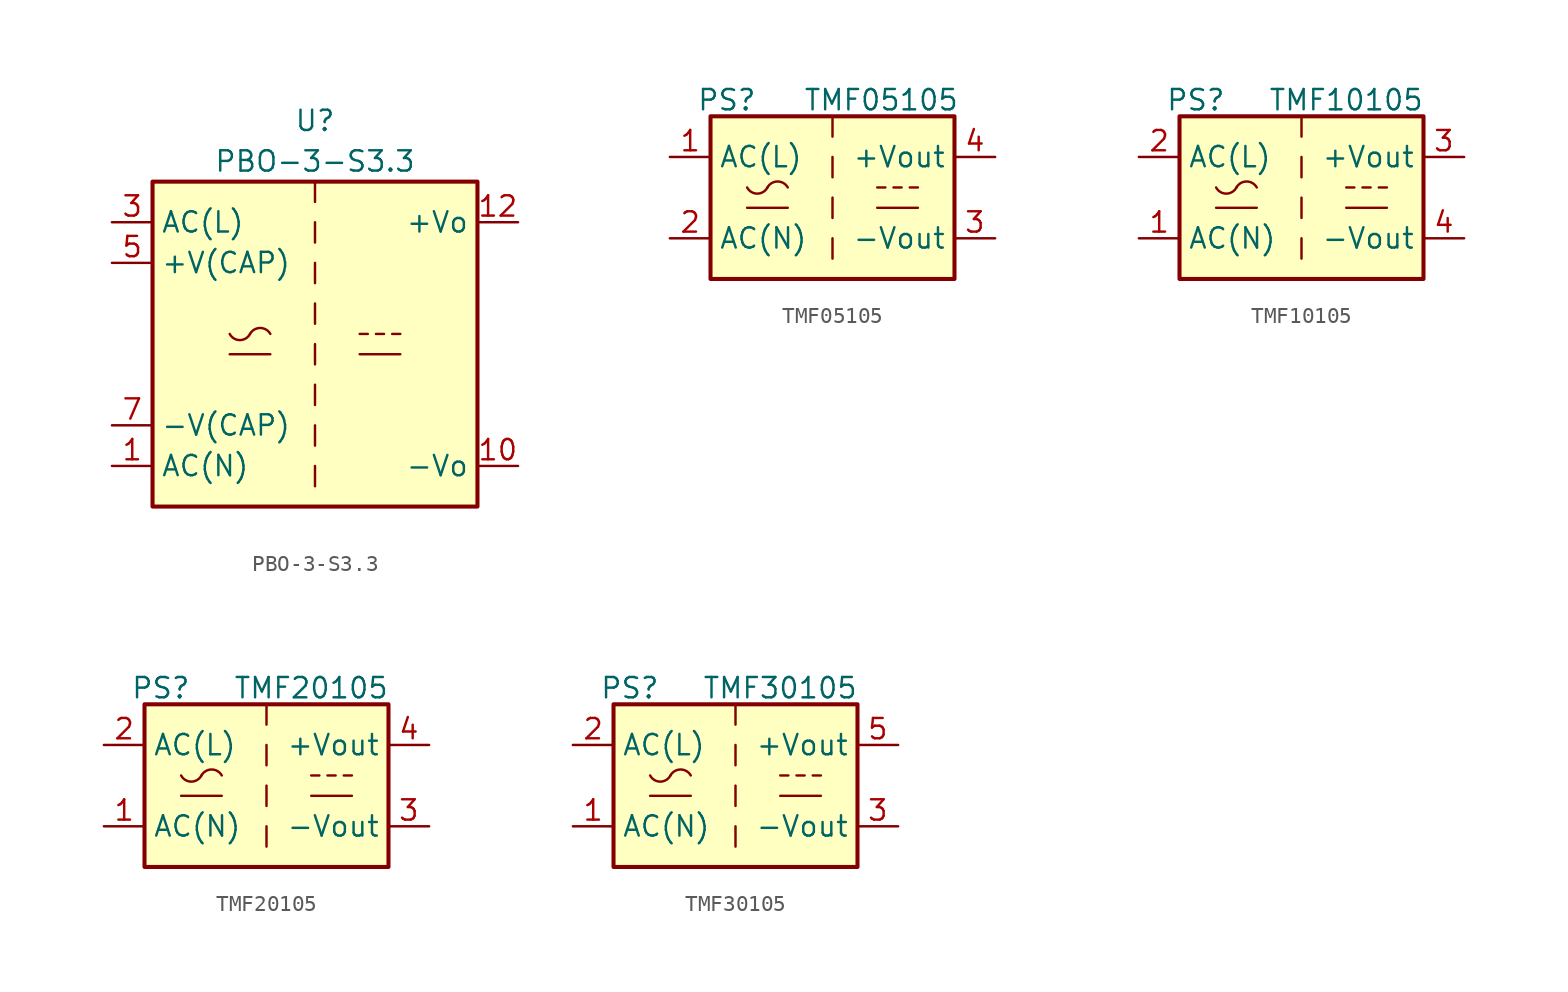
<source format=kicad_sym>
(kicad_symbol_lib
  (version 20241209)
  (generator "kicad_symbol_editor")
  (generator_version "9.0")
  (symbol "PBO-3-S3.3"
    (property "Reference" "U"
      (at 0 13.97 0)
      (effects (font (size 1.27 1.27))))
    (property "Value" "PBO-3-S3.3"
      (at 0 11.43 0)
      (effects (font (size 1.27 1.27))))
    (symbol "PBO-3-S3.3_1_1"
      (rectangle (start -10.16 10.16) (end 10.16 -10.16) (stroke (width 0.254) (type default)) (fill (type background)))
      (polyline (pts (xy -5.334 -0.635) (xy -2.794 -0.635)) (stroke (width 0) (type default)) (fill (type none)))
      (arc (start -4.064 0.635) (mid -4.699 0.2495) (end -5.334 0.635) (stroke (width 0) (type default)) (fill (type none)))
      (arc (start -4.064 0.635) (mid -3.429 1.0072) (end -2.794 0.635) (stroke (width 0) (type default)) (fill (type none)))
      (polyline (pts (xy 0 10.16) (xy 0 8.89)) (stroke (width 0) (type default)) (fill (type none)))
      (polyline (pts (xy 0 7.62) (xy 0 6.35)) (stroke (width 0) (type default)) (fill (type none)))
      (polyline (pts (xy 0 5.08) (xy 0 3.81)) (stroke (width 0) (type default)) (fill (type none)))
      (polyline (pts (xy 0 2.54) (xy 0 1.27)) (stroke (width 0) (type default)) (fill (type none)))
      (polyline (pts (xy 0 0) (xy 0 -1.27)) (stroke (width 0) (type default)) (fill (type none)))
      (polyline (pts (xy 0 -2.54) (xy 0 -3.81)) (stroke (width 0) (type default)) (fill (type none)))
      (polyline (pts (xy 0 -5.08) (xy 0 -6.35)) (stroke (width 0) (type default)) (fill (type none)))
      (polyline (pts (xy 0 -7.62) (xy 0 -8.89)) (stroke (width 0) (type default)) (fill (type none)))
      (polyline (pts (xy 2.794 0.635) (xy 3.302 0.635)) (stroke (width 0) (type default)) (fill (type none)))
      (polyline (pts (xy 2.794 -0.635) (xy 5.334 -0.635)) (stroke (width 0) (type default)) (fill (type none)))
      (polyline (pts (xy 3.81 0.635) (xy 4.318 0.635)) (stroke (width 0) (type default)) (fill (type none)))
      (polyline (pts (xy 4.826 0.635) (xy 5.334 0.635)) (stroke (width 0) (type default)) (fill (type none)))
      (pin power_in line (at -12.7 7.62 0) (length 2.54) (name "AC(L)" (effects (font (size 1.27 1.27)))) (number "3" (effects (font (size 1.27 1.27)))))
      (pin passive line (at -12.7 5.08 0) (length 2.54) (name "+V(CAP)" (effects (font (size 1.27 1.27)))) (number "5" (effects (font (size 1.27 1.27)))))
      (pin passive line (at -12.7 -5.08 0) (length 2.54) (name "-V(CAP)" (effects (font (size 1.27 1.27)))) (number "7" (effects (font (size 1.27 1.27)))))
      (pin power_in line (at -12.7 -7.62 0) (length 2.54) (name "AC(N)" (effects (font (size 1.27 1.27)))) (number "1" (effects (font (size 1.27 1.27)))))
      (pin power_out line (at 12.7 7.62 180) (length 2.54) (name "+Vo" (effects (font (size 1.27 1.27)))) (number "12" (effects (font (size 1.27 1.27)))))
      (pin power_out line (at 12.7 -7.62 180) (length 2.54) (name "-Vo" (effects (font (size 1.27 1.27)))) (number "10" (effects (font (size 1.27 1.27)))))))
  (symbol "TMF05105"
    (property "Reference" "PS"
      (at -6.604 6.096 0)
      (effects (font (size 1.27 1.27))))
    (property "Value" "TMF05105"
      (at 3.048 6.096 0)
      (effects (font (size 1.27 1.27))))
    (symbol "TMF05105_1_1"
      (rectangle (start -7.62 5.08) (end 7.62 -5.08) (stroke (width 0.254) (type default)) (fill (type background)))
      (polyline (pts (xy -5.334 -0.635) (xy -2.794 -0.635)) (stroke (width 0) (type default)) (fill (type none)))
      (arc (start -4.064 0.635) (mid -4.699 0.2495) (end -5.334 0.635) (stroke (width 0) (type default)) (fill (type none)))
      (arc (start -4.064 0.635) (mid -3.429 1.0072) (end -2.794 0.635) (stroke (width 0) (type default)) (fill (type none)))
      (polyline (pts (xy 0 5.08) (xy 0 3.81)) (stroke (width 0) (type default)) (fill (type none)))
      (polyline (pts (xy 0 2.54) (xy 0 1.27)) (stroke (width 0) (type default)) (fill (type none)))
      (polyline (pts (xy 0 0) (xy 0 -1.27)) (stroke (width 0) (type default)) (fill (type none)))
      (polyline (pts (xy 0 -2.54) (xy 0 -3.81)) (stroke (width 0) (type default)) (fill (type none)))
      (polyline (pts (xy 2.794 0.635) (xy 3.302 0.635)) (stroke (width 0) (type default)) (fill (type none)))
      (polyline (pts (xy 2.794 -0.635) (xy 5.334 -0.635)) (stroke (width 0) (type default)) (fill (type none)))
      (polyline (pts (xy 3.81 0.635) (xy 4.318 0.635)) (stroke (width 0) (type default)) (fill (type none)))
      (polyline (pts (xy 4.826 0.635) (xy 5.334 0.635)) (stroke (width 0) (type default)) (fill (type none)))
      (pin power_in line (at -10.16 2.54 0) (length 2.54) (name "AC(L)" (effects (font (size 1.27 1.27)))) (number "1" (effects (font (size 1.27 1.27)))))
      (pin power_in line (at -10.16 -2.54 0) (length 2.54) (name "AC(N)" (effects (font (size 1.27 1.27)))) (number "2" (effects (font (size 1.27 1.27)))))
      (pin power_out line (at 10.16 2.54 180) (length 2.54) (name "+Vout" (effects (font (size 1.27 1.27)))) (number "4" (effects (font (size 1.27 1.27)))))
      (pin power_out line (at 10.16 -2.54 180) (length 2.54) (name "-Vout" (effects (font (size 1.27 1.27)))) (number "3" (effects (font (size 1.27 1.27)))))))
  (symbol "TMF10105"
    (property "Reference" "PS"
      (at -6.604 6.096 0)
      (effects (font (size 1.27 1.27))))
    (property "Value" "TMF10105"
      (at 2.794 6.096 0)
      (effects (font (size 1.27 1.27))))
    (symbol "TMF10105_1_1"
      (rectangle (start -7.62 5.08) (end 7.62 -5.08) (stroke (width 0.254) (type default)) (fill (type background)))
      (polyline (pts (xy -5.334 -0.635) (xy -2.794 -0.635)) (stroke (width 0) (type default)) (fill (type none)))
      (arc (start -4.064 0.635) (mid -4.699 0.2495) (end -5.334 0.635) (stroke (width 0) (type default)) (fill (type none)))
      (arc (start -4.064 0.635) (mid -3.429 1.0072) (end -2.794 0.635) (stroke (width 0) (type default)) (fill (type none)))
      (polyline (pts (xy 0 5.08) (xy 0 3.81)) (stroke (width 0) (type default)) (fill (type none)))
      (polyline (pts (xy 0 2.54) (xy 0 1.27)) (stroke (width 0) (type default)) (fill (type none)))
      (polyline (pts (xy 0 0) (xy 0 -1.27)) (stroke (width 0) (type default)) (fill (type none)))
      (polyline (pts (xy 0 -2.54) (xy 0 -3.81)) (stroke (width 0) (type default)) (fill (type none)))
      (polyline (pts (xy 2.794 0.635) (xy 3.302 0.635)) (stroke (width 0) (type default)) (fill (type none)))
      (polyline (pts (xy 2.794 -0.635) (xy 5.334 -0.635)) (stroke (width 0) (type default)) (fill (type none)))
      (polyline (pts (xy 3.81 0.635) (xy 4.318 0.635)) (stroke (width 0) (type default)) (fill (type none)))
      (polyline (pts (xy 4.826 0.635) (xy 5.334 0.635)) (stroke (width 0) (type default)) (fill (type none)))
      (pin power_in line (at -10.16 2.54 0) (length 2.54) (name "AC(L)" (effects (font (size 1.27 1.27)))) (number "2" (effects (font (size 1.27 1.27)))))
      (pin power_in line (at -10.16 -2.54 0) (length 2.54) (name "AC(N)" (effects (font (size 1.27 1.27)))) (number "1" (effects (font (size 1.27 1.27)))))
      (pin power_out line (at 10.16 2.54 180) (length 2.54) (name "+Vout" (effects (font (size 1.27 1.27)))) (number "3" (effects (font (size 1.27 1.27)))))
      (pin power_out line (at 10.16 -2.54 180) (length 2.54) (name "-Vout" (effects (font (size 1.27 1.27)))) (number "4" (effects (font (size 1.27 1.27)))))))
  (symbol "TMF20105"
    (property "Reference" "PS"
      (at -6.604 6.096 0)
      (effects (font (size 1.27 1.27))))
    (property "Value" "TMF20105"
      (at 2.794 6.096 0)
      (effects (font (size 1.27 1.27))))
    (symbol "TMF20105_1_1"
      (rectangle (start -7.62 5.08) (end 7.62 -5.08) (stroke (width 0.254) (type default)) (fill (type background)))
      (polyline (pts (xy -5.334 -0.635) (xy -2.794 -0.635)) (stroke (width 0) (type default)) (fill (type none)))
      (arc (start -4.064 0.635) (mid -4.699 0.2495) (end -5.334 0.635) (stroke (width 0) (type default)) (fill (type none)))
      (arc (start -4.064 0.635) (mid -3.429 1.0072) (end -2.794 0.635) (stroke (width 0) (type default)) (fill (type none)))
      (polyline (pts (xy 0 5.08) (xy 0 3.81)) (stroke (width 0) (type default)) (fill (type none)))
      (polyline (pts (xy 0 2.54) (xy 0 1.27)) (stroke (width 0) (type default)) (fill (type none)))
      (polyline (pts (xy 0 0) (xy 0 -1.27)) (stroke (width 0) (type default)) (fill (type none)))
      (polyline (pts (xy 0 -2.54) (xy 0 -3.81)) (stroke (width 0) (type default)) (fill (type none)))
      (polyline (pts (xy 2.794 0.635) (xy 3.302 0.635)) (stroke (width 0) (type default)) (fill (type none)))
      (polyline (pts (xy 2.794 -0.635) (xy 5.334 -0.635)) (stroke (width 0) (type default)) (fill (type none)))
      (polyline (pts (xy 3.81 0.635) (xy 4.318 0.635)) (stroke (width 0) (type default)) (fill (type none)))
      (polyline (pts (xy 4.826 0.635) (xy 5.334 0.635)) (stroke (width 0) (type default)) (fill (type none)))
      (pin power_in line (at -10.16 2.54 0) (length 2.54) (name "AC(L)" (effects (font (size 1.27 1.27)))) (number "2" (effects (font (size 1.27 1.27)))))
      (pin power_in line (at -10.16 -2.54 0) (length 2.54) (name "AC(N)" (effects (font (size 1.27 1.27)))) (number "1" (effects (font (size 1.27 1.27)))))
      (pin power_out line (at 10.16 2.54 180) (length 2.54) (name "+Vout" (effects (font (size 1.27 1.27)))) (number "4" (effects (font (size 1.27 1.27)))))
      (pin power_out line (at 10.16 -2.54 180) (length 2.54) (name "-Vout" (effects (font (size 1.27 1.27)))) (number "3" (effects (font (size 1.27 1.27)))))))
  (symbol "TMF30105"
    (property "Reference" "PS"
      (at -6.604 6.096 0)
      (effects (font (size 1.27 1.27))))
    (property "Value" "TMF30105"
      (at 2.794 6.096 0)
      (effects (font (size 1.27 1.27))))
    (symbol "TMF30105_1_1"
      (rectangle (start -7.62 5.08) (end 7.62 -5.08) (stroke (width 0.254) (type default)) (fill (type background)))
      (polyline (pts (xy -5.334 -0.635) (xy -2.794 -0.635)) (stroke (width 0) (type default)) (fill (type none)))
      (arc (start -4.064 0.635) (mid -4.699 0.2495) (end -5.334 0.635) (stroke (width 0) (type default)) (fill (type none)))
      (arc (start -4.064 0.635) (mid -3.429 1.0072) (end -2.794 0.635) (stroke (width 0) (type default)) (fill (type none)))
      (polyline (pts (xy 0 5.08) (xy 0 3.81)) (stroke (width 0) (type default)) (fill (type none)))
      (polyline (pts (xy 0 2.54) (xy 0 1.27)) (stroke (width 0) (type default)) (fill (type none)))
      (polyline (pts (xy 0 0) (xy 0 -1.27)) (stroke (width 0) (type default)) (fill (type none)))
      (polyline (pts (xy 0 -2.54) (xy 0 -3.81)) (stroke (width 0) (type default)) (fill (type none)))
      (polyline (pts (xy 2.794 0.635) (xy 3.302 0.635)) (stroke (width 0) (type default)) (fill (type none)))
      (polyline (pts (xy 2.794 -0.635) (xy 5.334 -0.635)) (stroke (width 0) (type default)) (fill (type none)))
      (polyline (pts (xy 3.81 0.635) (xy 4.318 0.635)) (stroke (width 0) (type default)) (fill (type none)))
      (polyline (pts (xy 4.826 0.635) (xy 5.334 0.635)) (stroke (width 0) (type default)) (fill (type none)))
      (pin power_in line (at -10.16 2.54 0) (length 2.54) (name "AC(L)" (effects (font (size 1.27 1.27)))) (number "2" (effects (font (size 1.27 1.27)))))
      (pin power_in line (at -10.16 -2.54 0) (length 2.54) (name "AC(N)" (effects (font (size 1.27 1.27)))) (number "1" (effects (font (size 1.27 1.27)))))
      (pin power_out line (at 10.16 2.54 180) (length 2.54) (name "+Vout" (effects (font (size 1.27 1.27)))) (number "5" (effects (font (size 1.27 1.27)))))
      (pin power_out line (at 10.16 -2.54 180) (length 2.54) (name "-Vout" (effects (font (size 1.27 1.27)))) (number "3" (effects (font (size 1.27 1.27))))))))
</source>
